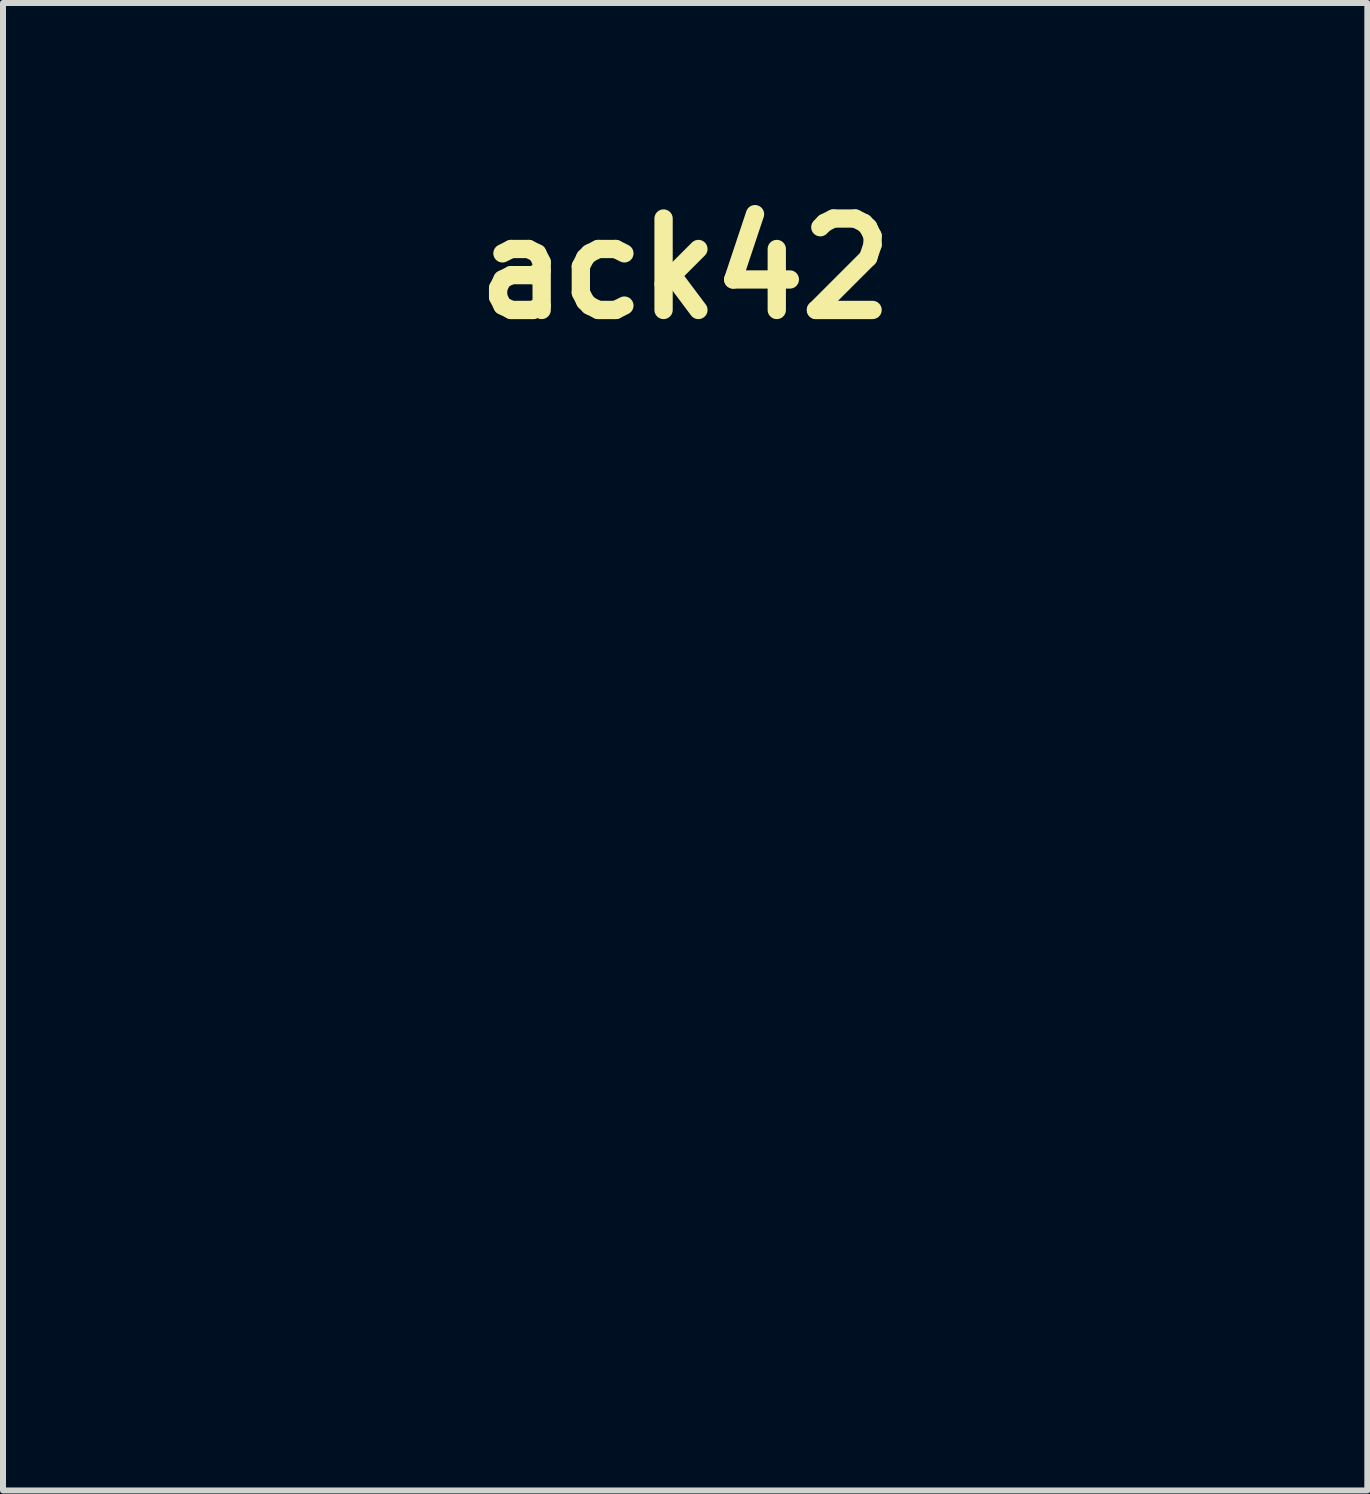
<source format=kicad_pcb>
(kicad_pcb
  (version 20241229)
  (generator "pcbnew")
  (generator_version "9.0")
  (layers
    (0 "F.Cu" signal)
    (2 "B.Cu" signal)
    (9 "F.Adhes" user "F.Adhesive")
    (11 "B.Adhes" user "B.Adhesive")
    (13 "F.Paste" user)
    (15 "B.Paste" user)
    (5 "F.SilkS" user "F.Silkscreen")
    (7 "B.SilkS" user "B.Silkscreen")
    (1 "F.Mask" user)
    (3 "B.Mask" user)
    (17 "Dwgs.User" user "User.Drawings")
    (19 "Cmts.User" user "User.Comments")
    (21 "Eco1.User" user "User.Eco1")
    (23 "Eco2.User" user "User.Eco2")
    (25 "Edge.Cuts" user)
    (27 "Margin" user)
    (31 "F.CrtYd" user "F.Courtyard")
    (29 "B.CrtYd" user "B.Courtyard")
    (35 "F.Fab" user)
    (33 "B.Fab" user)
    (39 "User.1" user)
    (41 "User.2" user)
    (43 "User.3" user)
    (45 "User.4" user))
  (footprint "ack42"
    (layer "F.Cu")
    (at 8.373 11.637)
    (property "Reference" "ack42" (at 0 -10.21 0) (layer "F.SilkS") (effects (font (size 1.524 1.524) (thickness 0.305))))
    (attr smd)
    (fp_poly (pts (xy 2.241 6.637) (xy 2.268 6.856) (xy 2.202 7.062) (xy 2.108 7.137) (xy 2.002 7.143) (xy 1.922 7.112) (xy 1.849 7.062) (xy 1.782 6.925) (xy 1.769 6.756) (xy 1.835 6.606) (xy 1.909 6.575) (xy 1.989 6.525) (xy 2.082 6.512) (xy 2.241 6.637)) (stroke (width 0) (type solid)) (fill yes) (layer "F.Mask"))
    (fp_poly (pts (xy 3.06 6.675) (xy 3.033 6.768) (xy 3.007 6.862) (xy 2.94 7.025) (xy 2.834 7.156) (xy 2.721 6.437) (xy 2.694 5.713) (xy 2.707 5.388) (xy 2.767 5.069) (xy 2.767 4.738) (xy 2.734 4.401) (xy 2.747 4.194) (xy 2.774 3.988) (xy 2.787 3.876) (xy 2.801 3.751) (xy 2.727 3.757) (xy 2.661 3.757) (xy 2.601 3.726) (xy 2.614 3.663) (xy 2.727 3.563) (xy 2.86 3.47) (xy 2.98 3.445) (xy 3.047 3.513) (xy 3.08 3.632) (xy 3.093 3.738) (xy 3.087 4.251) (xy 3.047 4.757) (xy 3.06 5.288) (xy 3.1 5.813) (xy 3.107 6.25) (xy 3.06 6.675)) (stroke (width 0) (type solid)) (fill yes) (layer "F.Mask"))
    (fp_poly (pts (xy -0.934 2.686) (xy -0.876 2.451) (xy -0.801 2.201) (xy -0.743 2.061) (xy -0.668 2.022) (xy -0.593 2.03) (xy -0.543 2.092) (xy -0.535 2.178) (xy -0.601 2.842) (xy -0.668 3.506) (xy -0.784 4.294) (xy -0.959 5.068) (xy -1.159 5.974) (xy -1.317 6.348) (xy -1.508 6.708) (xy -1.608 6.856) (xy -1.749 6.903) (xy -1.858 6.84) (xy -1.924 6.723) (xy -2.057 6.341) (xy -2.132 5.95) (xy -2.132 5.661) (xy -2.149 5.364) (xy -2.215 5.169) (xy -2.282 4.958) (xy -2.324 4.732) (xy -2.349 4.505) (xy -2.39 4.06) (xy -2.415 3.615) (xy -2.432 3.389) (xy -2.432 3.162) (xy -2.423 2.959) (xy -2.365 2.772) (xy -2.257 2.717) (xy -2.141 2.748) (xy -2.024 2.959) (xy -1.966 3.185) (xy -1.916 3.428) (xy -1.866 3.662) (xy -1.783 4.154) (xy -1.716 4.646) (xy -1.7 5.161) (xy -1.666 5.669) (xy -1.65 5.724) (xy -1.608 5.747) (xy -1.558 5.724) (xy -1.533 5.661) (xy -1.433 5.177) (xy -1.383 4.677) (xy -1.25 3.802) (xy -1.001 2.951) (xy -0.967 2.818) (xy -0.934 2.686)) (stroke (width 0) (type solid)) (fill yes) (layer "F.Mask"))
    (fp_poly (pts (xy 4.239 -2.009) (xy 4.302 -1.237) (xy 4.407 -0.484) (xy 4.49 -0.111) (xy 4.54 0.251) (xy 4.525 0.466) (xy 4.462 0.658) (xy 4.43 0.86) (xy 4.398 1.063) (xy 4.237 1.21) (xy 4.056 1.105) (xy 3.984 0.915) (xy 3.897 0.728) (xy 3.783 0.557) (xy 3.709 0.354) (xy 3.673 -0.01) (xy 3.665 -0.392) (xy 3.58 -1.105) (xy 3.48 -1.816) (xy 2.59 -1.592) (xy 1.687 -1.466) (xy 1.235 -1.453) (xy 0.861 -1.648) (xy 0.725 -1.971) (xy 0.746 -2.357) (xy 0.813 -2.847) (xy 0.893 -3.353) (xy 0.897 -3.864) (xy 0.87 -4.386) (xy 0.859 -5.32) (xy 1.061 -6.253) (xy 1.192 -6.396) (xy 1.4 -6.422) (xy 1.592 -6.346) (xy 1.676 -6.173) (xy 1.682 -5.379) (xy 1.596 -4.589) (xy 1.483 -3.781) (xy 1.49 -2.974) (xy 1.505 -2.763) (xy 1.517 -2.566) (xy 1.524 -2.411) (xy 1.546 -2.257) (xy 1.753 -2.283) (xy 1.963 -2.295) (xy 2.652 -2.337) (xy 3.366 -2.312) (xy 3.093 -3.611) (xy 3.104 -4.931) (xy 3.216 -5.101) (xy 3.418 -5.168) (xy 3.606 -5.121) (xy 3.708 -4.935) (xy 3.858 -4.188) (xy 4.08 -3.464) (xy 4.197 -2.741) (xy 4.239 -2.009)) (stroke (width 0) (type solid)) (fill yes) (layer "F.Mask"))
    (fp_poly (pts (xy -4.034 -1.164) (xy -3.972 -0.819) (xy -3.886 -0.489) (xy -3.837 -0.331) (xy -3.765 -0.201) (xy -3.631 -0.105) (xy -3.47 -0.112) (xy -3.351 -0.215) (xy -3.289 -0.349) (xy -3.181 -0.538) (xy -3.047 -0.731) (xy -2.943 -0.946) (xy -2.825 -1.162) (xy -2.776 -1.382) (xy -2.728 -1.615) (xy -2.69 -1.922) (xy -2.643 -2.256) (xy -2.577 -2.932) (xy -2.403 -3.609) (xy -2.306 -3.684) (xy -2.24 -3.591) (xy -2.225 -3.202) (xy -2.266 -2.819) (xy -2.24 -2.255) (xy -2.205 -1.718) (xy -2.23 -1.412) (xy -2.242 -1.121) (xy -2.273 -0.575) (xy -2.34 0.001) (xy -2.507 0.538) (xy -2.791 1.002) (xy -3.124 1.207) (xy -3.347 1.247) (xy -3.578 1.225) (xy -3.701 1.215) (xy -3.8 1.177) (xy -3.943 1.018) (xy -4.287 0.481) (xy -4.53 -0.107) (xy -4.649 -0.571) (xy -4.743 -1.051) (xy -4.849 -1.517) (xy -4.93 -1.999) (xy -4.907 -2.795) (xy -4.834 -3.611) (xy -4.82 -4.092) (xy -4.794 -4.574) (xy -4.698 -5.039) (xy -4.477 -5.47) (xy -4.167 -5.748) (xy -3.752 -5.761) (xy -3.649 -5.698) (xy -3.56 -5.634) (xy -3.221 -5.323) (xy -2.88 -4.999) (xy -2.889 -4.872) (xy -3.023 -4.868) (xy -3.187 -4.987) (xy -3.393 -5.112) (xy -3.599 -5.15) (xy -3.774 -5.053) (xy -3.847 -4.905) (xy -3.881 -4.762) (xy -3.974 -4.373) (xy -4.027 -3.988) (xy -4.003 -3.525) (xy -4.006 -3.071) (xy -4.058 -2.673) (xy -4.123 -2.275) (xy -4.131 -1.757) (xy -4.048 -1.263) (xy -4.034 -1.164)) (stroke (width 0) (type solid)) (fill yes) (layer "F.Mask"))
    (fp_poly (pts (xy 7.702 -1.345) (xy 7.877 -1.494) (xy 8.073 -1.39) (xy 8.264 -0.889) (xy 8.366 -0.377) (xy 8.285 0.015) (xy 8.057 0.327) (xy 7.578 0.571) (xy 7.056 0.621) (xy 6.499 0.633) (xy 5.981 0.711) (xy 5.676 0.692) (xy 5.524 0.47) (xy 5.671 -0.853) (xy 6.08 -2.137) (xy 6.515 -3.452) (xy 6.993 -4.788) (xy 7.209 -5.396) (xy 7.211 -6.034) (xy 7.055 -6.284) (xy 6.84 -6.413) (xy 6.563 -6.45) (xy 6.26 -6.455) (xy 5.947 -6.431) (xy 5.664 -6.396) (xy 5.338 -6.355) (xy 5.189 -6.337) (xy 5.182 -6.28) (xy 5.131 -5.89) (xy 5.186 -5.5) (xy 5.217 -5.064) (xy 5.248 -4.629) (xy 5.11 -4.64) (xy 5.018 -4.756) (xy 4.906 -4.913) (xy 4.804 -5.099) (xy 4.69 -5.269) (xy 4.603 -5.457) (xy 4.53 -5.759) (xy 4.5 -6.082) (xy 4.609 -6.705) (xy 5.189 -6.989) (xy 5.458 -7.008) (xy 5.712 -7.026) (xy 6.453 -7.018) (xy 7.196 -7.11) (xy 7.404 -7.135) (xy 7.613 -7.147) (xy 7.91 -6.971) (xy 8.085 -6.695) (xy 8.131 -6.36) (xy 8.104 -6.017) (xy 7.956 -5.133) (xy 7.762 -4.259) (xy 7.653 -3.848) (xy 7.481 -3.458) (xy 7.369 -3.289) (xy 7.27 -3.134) (xy 7.165 -2.909) (xy 7.091 -2.687) (xy 6.784 -1.855) (xy 6.461 -1.035) (xy 6.31 -0.606) (xy 6.369 -0.187) (xy 6.539 -0.052) (xy 6.829 -0.032) (xy 7.126 -0.068) (xy 7.361 -0.112) (xy 7.622 -0.3) (xy 7.71 -0.637) (xy 7.702 -1.019) (xy 7.702 -1.345)) (stroke (width 0) (type solid)) (fill yes) (layer "F.Mask"))
    (fp_poly (pts (xy 1.369 4.513) (xy 1.209 4.532) (xy 1.222 4.276) (xy 1.176 4.013) (xy 0.996 4.288) (xy 0.909 4.407) (xy 0.849 4.532) (xy 0.803 4.644) (xy 0.743 4.75) (xy 0.497 5.15) (xy 0.324 5.588) (xy 0.344 5.863) (xy 0.41 6.125) (xy 0.543 6.431) (xy 0.583 6.5) (xy 0.636 6.556) (xy 0.656 6.525) (xy 0.703 6.487) (xy 0.869 6.219) (xy 0.963 5.913) (xy 1.016 5.588) (xy 1.049 5.256) (xy 1.062 5.075) (xy 1.102 4.9) (xy 1.136 4.825) (xy 1.176 4.738) (xy 1.195 4.638) (xy 1.209 4.532) (xy 1.369 4.513) (xy 1.355 4.65) (xy 1.362 4.788) (xy 1.388 4.907) (xy 1.402 5.025) (xy 1.382 5.256) (xy 1.355 5.481) (xy 1.289 5.919) (xy 1.169 6.344) (xy 1.016 6.587) (xy 0.803 6.806) (xy 0.55 6.887) (xy 0.29 6.737) (xy 0.257 4.863) (xy 0.27 4.988) (xy 0.47 4.65) (xy 0.55 4.532) (xy 0.65 4.426) (xy 0.756 4.319) (xy 0.849 4.194) (xy 0.969 4.032) (xy 1.116 3.888) (xy 0.849 3.757) (xy 0.55 3.813) (xy 0.503 3.826) (xy 0.397 3.976) (xy 0.337 4.144) (xy 0.31 4.319) (xy 0.277 4.525) (xy 0.264 4.732) (xy 0.257 4.863) (xy 0.29 6.737) (xy 0.144 6.506) (xy 0.051 6.256) (xy -0.016 6.075) (xy -0.056 5.888) (xy -0.082 5.325) (xy -0.069 4.75) (xy -0.109 4.476) (xy -0.129 4.194) (xy -0.096 3.913) (xy 0.044 3.67) (xy 0.277 3.513) (xy 0.57 3.457) (xy 0.863 3.47) (xy 1.156 3.52) (xy 1.275 3.551) (xy 1.375 3.62) (xy 1.422 3.72) (xy 1.435 3.819) (xy 1.415 4.169) (xy 1.369 4.513)) (stroke (width 0) (type solid)) (fill yes) (layer "F.Mask"))
    (fp_poly (pts (xy 5.138 3.375) (xy 5.137 3.463) (xy 5.066 3.535) (xy 4.949 3.562) (xy 4.85 3.524) (xy 4.347 3.094) (xy 3.857 2.663) (xy 3.408 2.24) (xy 2.948 1.83) (xy 1.152 0.325) (xy -0.645 -1.192) (xy -0.827 -1.346) (xy -1.027 -1.523) (xy -0.915 -0.629) (xy -0.856 0.271) (xy -0.848 0.711) (xy -0.951 1.127) (xy -1.078 1.269) (xy -1.237 1.288) (xy -1.382 1.117) (xy -1.621 0.366) (xy -1.755 -0.399) (xy -1.904 -1.364) (xy -1.973 -2.339) (xy -2.093 -3.861) (xy -2.307 -5.385) (xy -2.318 -5.56) (xy -2.286 -5.816) (xy -2.197 -6.042) (xy -2.051 -6.148) (xy -1.922 -6.088) (xy -1.818 -5.924) (xy -1.738 -5.733) (xy -1.69 -5.587) (xy -1.548 -4.571) (xy -1.55 -4.395) (xy -1.54 -4.32) (xy -1.501 -4.237) (xy -1.224 -3.124) (xy -0.952 -3.574) (xy -0.78 -4.074) (xy -0.598 -4.5) (xy -0.388 -4.916) (xy -0.204 -5.33) (xy -0.021 -5.743) (xy 0.076 -5.919) (xy 0.172 -6.095) (xy 0.234 -6.228) (xy 0.32 -6.378) (xy 0.436 -6.506) (xy 0.582 -6.523) (xy 0.66 -6.344) (xy 0.656 -6.091) (xy 0.598 -5.832) (xy 0.543 -5.649) (xy 0.447 -5.183) (xy 0.378 -4.91) (xy 0.279 -4.659) (xy 0.196 -4.484) (xy 0.126 -4.312) (xy 0.041 -4.062) (xy -0.047 -3.824) (xy -0.372 -3.267) (xy -0.64 -2.692) (xy -0.685 -2.435) (xy -0.616 -2.33) (xy -0.282 -1.955) (xy 0.091 -1.598) (xy 0.496 -1.194) (xy 0.917 -0.78) (xy 1.198 -0.5) (xy 1.515 -0.249) (xy 1.636 -0.15) (xy 1.771 -0.054) (xy 1.91 0.08) (xy 2.05 0.214) (xy 2.684 0.905) (xy 3.354 1.566) (xy 3.983 2.03) (xy 4.579 2.549) (xy 4.864 2.955) (xy 5.138 3.375)) (stroke (width 0) (type solid)) (fill yes) (layer "F.Mask"))
    (fp_poly (pts (xy -4.689 -1.978) (xy -6.431 -1.574) (xy -6.357 -1.621) (xy -6.249 -1.71) (xy -6.152 -1.785) (xy -6.155 -1.809) (xy -6.244 -2.151) (xy -6.284 -2.348) (xy -6.314 -2.559) (xy -6.363 -3.006) (xy -6.437 -3.438) (xy -6.487 -3.029) (xy -6.511 -2.622) (xy -6.51 -2.522) (xy -6.498 -2.435) (xy -6.481 -2.311) (xy -6.45 -2.189) (xy -6.44 -1.925) (xy -6.458 -1.671) (xy -6.431 -1.574) (xy -4.689 -1.978) (xy -4.967 -1.666) (xy -5.292 -1.399) (xy -5.387 -1.312) (xy -5.279 -0.733) (xy -5.173 -0.166) (xy -5.011 0.419) (xy -4.812 0.974) (xy -4.483 2.168) (xy -4.334 2.755) (xy -4.221 3.371) (xy -4.164 3.969) (xy -4.216 4.555) (xy -4.413 4.681) (xy -4.615 4.579) (xy -4.734 4.304) (xy -4.816 4.012) (xy -4.91 3.721) (xy -4.991 3.429) (xy -5.118 2.814) (xy -5.214 2.221) (xy -5.321 1.654) (xy -5.414 1.086) (xy -5.499 0.479) (xy -5.61 -0.125) (xy -5.752 -0.561) (xy -5.881 -0.999) (xy -5.943 -0.966) (xy -5.992 -0.935) (xy -6.201 -0.795) (xy -6.428 -0.692) (xy -6.479 -0.673) (xy -6.517 -0.366) (xy -6.605 0.061) (xy -6.694 0.475) (xy -6.87 1.329) (xy -7.021 2.167) (xy -7.129 2.256) (xy -7.211 2.153) (xy -7.146 1.275) (xy -7.136 0.391) (xy -7.164 0.092) (xy -7.196 -0.231) (xy -7.208 -0.217) (xy -7.451 -0.036) (xy -7.712 0.11) (xy -7.966 0.217) (xy -8.186 0.37) (xy -8.283 0.445) (xy -8.373 0.469) (xy -8.327 0.324) (xy -8.225 0.186) (xy -7.914 -0.18) (xy -7.547 -0.528) (xy -7.425 -0.619) (xy -7.32 -0.733) (xy -7.202 -1.037) (xy -7.209 -1.377) (xy -7.212 -1.78) (xy -7.177 -2.2) (xy -7.15 -2.392) (xy -7.084 -2.589) (xy -7.089 -2.916) (xy -7.055 -3.248) (xy -6.99 -3.647) (xy -6.967 -4.053) (xy -6.969 -4.166) (xy -6.945 -4.283) (xy -6.918 -4.374) (xy -6.879 -4.48) (xy -6.799 -4.679) (xy -6.708 -4.892) (xy -6.676 -4.946) (xy -6.632 -5.015) (xy -6.48 -5.084) (xy -6.311 -5.029) (xy -6.093 -4.716) (xy -5.988 -4.351) (xy -5.918 -4.044) (xy -5.85 -3.75) (xy -5.712 -3.15) (xy -5.574 -2.549) (xy -5.508 -2.267) (xy -5.455 -1.984) (xy -5.311 -2.014) (xy -5.096 -2.104) (xy -4.895 -2.204) (xy -4.701 -2.165) (xy -4.689 -1.978)) (stroke (width 0) (type solid)) (fill yes) (layer "F.Mask")))
  (gr_rect
    (start -3 -3)
    (end 19.74 21.792)
    (stroke (width 0.1) (type default))
    (fill no)
    (layer "Edge.Cuts")))
</source>
